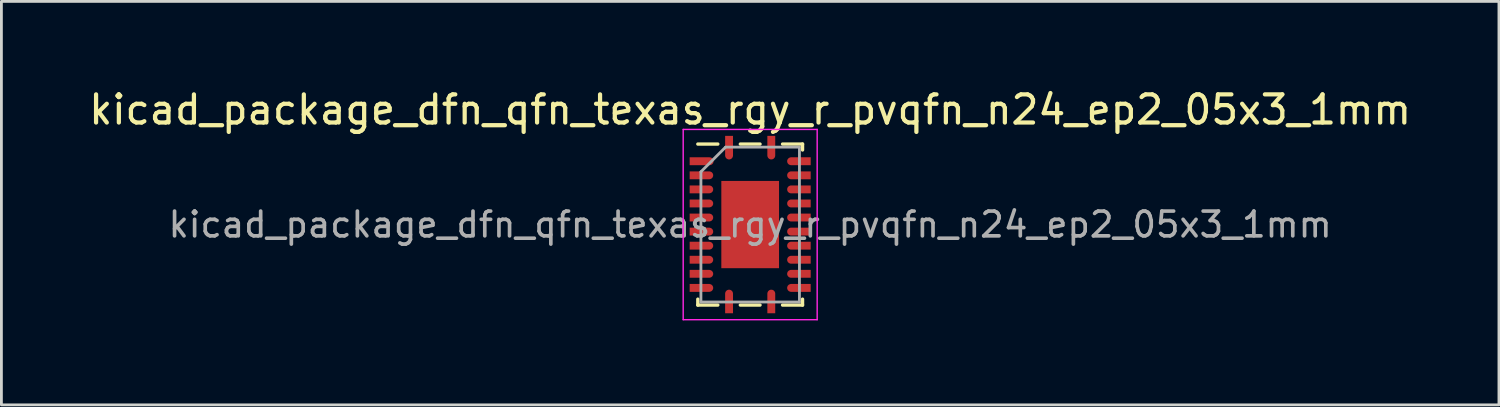
<source format=kicad_pcb>
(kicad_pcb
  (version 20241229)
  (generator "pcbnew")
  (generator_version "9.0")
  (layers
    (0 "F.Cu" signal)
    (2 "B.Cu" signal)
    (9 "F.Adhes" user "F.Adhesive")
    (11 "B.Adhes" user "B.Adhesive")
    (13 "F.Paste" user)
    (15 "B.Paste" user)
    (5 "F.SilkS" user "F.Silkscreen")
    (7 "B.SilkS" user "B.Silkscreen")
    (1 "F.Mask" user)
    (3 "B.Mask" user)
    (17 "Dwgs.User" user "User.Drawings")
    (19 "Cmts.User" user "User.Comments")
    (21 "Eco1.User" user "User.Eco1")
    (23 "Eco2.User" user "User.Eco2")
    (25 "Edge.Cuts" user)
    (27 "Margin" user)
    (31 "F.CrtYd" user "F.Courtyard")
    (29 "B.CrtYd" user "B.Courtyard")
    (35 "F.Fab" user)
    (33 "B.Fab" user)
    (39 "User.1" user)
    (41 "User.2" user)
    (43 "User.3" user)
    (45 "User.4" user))
  (footprint "kicad_package_dfn_qfn_texas_rgy_r_pvqfn_n24_ep2_05x3_1mm"
    (layer "F.Cu")
    (at 23.601 4.928)
    (property "Reference" "kicad_package_dfn_qfn_texas_rgy_r_pvqfn_n24_ep2_05x3_1mm" (at 0 -4.08 0) (layer "F.SilkS") (effects (font (size 1 1) (thickness 0.15))))
    (attr smd)
    (fp_line (start -1.86 2.86) (end -1.86 2.65) (stroke (width 0.12) (type solid)) (layer "F.SilkS"))
    (fp_line (start -1.15 -2.86) (end -1.86 -2.86) (stroke (width 0.12) (type solid)) (layer "F.SilkS"))
    (fp_line (start -1.15 2.86) (end -1.86 2.86) (stroke (width 0.12) (type solid)) (layer "F.SilkS"))
    (fp_line (start 0.35 -2.86) (end -0.35 -2.86) (stroke (width 0.12) (type solid)) (layer "F.SilkS"))
    (fp_line (start 0.35 2.86) (end -0.35 2.86) (stroke (width 0.12) (type solid)) (layer "F.SilkS"))
    (fp_line (start 1.15 -2.86) (end 1.86 -2.86) (stroke (width 0.12) (type solid)) (layer "F.SilkS"))
    (fp_line (start 1.15 2.86) (end 1.86 2.86) (stroke (width 0.12) (type solid)) (layer "F.SilkS"))
    (fp_line (start 1.86 -2.86) (end 1.86 -2.65) (stroke (width 0.12) (type solid)) (layer "F.SilkS"))
    (fp_line (start 1.86 2.86) (end 1.86 2.65) (stroke (width 0.12) (type solid)) (layer "F.SilkS"))
    (fp_line (start -2.38 -3.38) (end -2.38 3.38) (stroke (width 0.05) (type solid)) (layer "F.CrtYd"))
    (fp_line (start -2.38 3.38) (end 2.38 3.38) (stroke (width 0.05) (type solid)) (layer "F.CrtYd"))
    (fp_line (start 2.38 -3.38) (end -2.38 -3.38) (stroke (width 0.05) (type solid)) (layer "F.CrtYd"))
    (fp_line (start 2.38 3.38) (end 2.38 -3.38) (stroke (width 0.05) (type solid)) (layer "F.CrtYd"))
    (fp_line (start -1.75 -1.875) (end -0.875 -2.75) (stroke (width 0.1) (type solid)) (layer "F.Fab"))
    (fp_line (start -1.75 2.75) (end -1.75 -1.875) (stroke (width 0.1) (type solid)) (layer "F.Fab"))
    (fp_line (start -0.875 -2.75) (end 1.75 -2.75) (stroke (width 0.1) (type solid)) (layer "F.Fab"))
    (fp_line (start 1.75 -2.75) (end 1.75 2.75) (stroke (width 0.1) (type solid)) (layer "F.Fab"))
    (fp_line (start 1.75 2.75) (end -1.75 2.75) (stroke (width 0.1) (type solid)) (layer "F.Fab"))
    (fp_text user "${REFERENCE}" (at 0 0 0) (layer "F.Fab") (effects (font (size 0.88 0.88) (thickness 0.13))))
    (pad "" smd rect (at -0.56 -0.81) (size 0.82 1.32) (layers "F.Paste"))
    (pad "" smd rect (at -0.56 0.81) (size 0.82 1.32) (layers "F.Paste"))
    (pad "" smd rect (at 0.56 -0.81) (size 0.82 1.32) (layers "F.Paste"))
    (pad "" smd rect (at 0.56 0.81) (size 0.82 1.32) (layers "F.Paste"))
    (pad "1" smd custom (at -0.75 -2.795) (size 0.28 0.71) (layers "F.Cu" "F.Mask" "F.Paste") (options (anchor rect)) (primitives (gr_circle (center 0 0.343) (end 0.14 0.343) (width 0) (fill yes))))
    (pad "2" smd custom (at -1.795 -2.25) (size 0.71 0.28) (layers "F.Cu" "F.Mask" "F.Paste") (options (anchor rect)) (primitives (gr_circle (center 0.355 0) (end 0.495 0) (width 0) (fill yes))))
    (pad "3" smd custom (at -1.795 -1.75) (size 0.71 0.28) (layers "F.Cu" "F.Mask" "F.Paste") (options (anchor rect)) (primitives (gr_circle (center 0.343 0) (end 0.482 0) (width 0) (fill yes))))
    (pad "4" smd custom (at -1.795 -1.25) (size 0.71 0.28) (layers "F.Cu" "F.Mask" "F.Paste") (options (anchor rect)) (primitives (gr_circle (center 0.343 0) (end 0.482 0) (width 0) (fill yes))))
    (pad "5" smd custom (at -1.795 -0.75) (size 0.71 0.28) (layers "F.Cu" "F.Mask" "F.Paste") (options (anchor rect)) (primitives (gr_circle (center 0.343 0) (end 0.482 0) (width 0) (fill yes))))
    (pad "6" smd custom (at -1.795 -0.25) (size 0.71 0.28) (layers "F.Cu" "F.Mask" "F.Paste") (options (anchor rect)) (primitives (gr_circle (center 0.343 0) (end 0.482 0) (width 0) (fill yes))))
    (pad "7" smd custom (at -1.795 0.25) (size 0.71 0.28) (layers "F.Cu" "F.Mask" "F.Paste") (options (anchor rect)) (primitives (gr_circle (center 0.343 0) (end 0.482 0) (width 0) (fill yes))))
    (pad "8" smd custom (at -1.795 0.75) (size 0.71 0.28) (layers "F.Cu" "F.Mask" "F.Paste") (options (anchor rect)) (primitives (gr_circle (center 0.343 0) (end 0.482 0) (width 0) (fill yes))))
    (pad "9" smd custom (at -1.795 1.25) (size 0.71 0.28) (layers "F.Cu" "F.Mask" "F.Paste") (options (anchor rect)) (primitives (gr_circle (center 0.343 0) (end 0.482 0) (width 0) (fill yes))))
    (pad "10" smd custom (at -1.795 1.75) (size 0.71 0.28) (layers "F.Cu" "F.Mask" "F.Paste") (options (anchor rect)) (primitives (gr_circle (center 0.343 0) (end 0.482 0) (width 0) (fill yes))))
    (pad "11" smd custom (at -1.795 2.25) (size 0.71 0.28) (layers "F.Cu" "F.Mask" "F.Paste") (options (anchor rect)) (primitives (gr_circle (center 0.343 0) (end 0.482 0) (width 0) (fill yes))))
    (pad "12" smd custom (at -0.75 2.795) (size 0.28 0.71) (layers "F.Cu" "F.Mask" "F.Paste") (options (anchor rect)) (primitives (gr_circle (center 0 -0.343) (end 0.14 -0.343) (width 0) (fill yes))))
    (pad "13" smd custom (at 0.75 2.795) (size 0.28 0.71) (layers "F.Cu" "F.Mask" "F.Paste") (options (anchor rect)) (primitives (gr_circle (center 0 -0.343) (end 0.14 -0.343) (width 0) (fill yes))))
    (pad "14" smd custom (at 1.795 2.25) (size 0.71 0.28) (layers "F.Cu" "F.Mask" "F.Paste") (options (anchor rect)) (primitives (gr_circle (center -0.343 0) (end -0.203 0) (width 0) (fill yes))))
    (pad "15" smd custom (at 1.795 1.75) (size 0.71 0.28) (layers "F.Cu" "F.Mask" "F.Paste") (options (anchor rect)) (primitives (gr_circle (center -0.343 0) (end -0.203 0) (width 0) (fill yes))))
    (pad "16" smd custom (at 1.795 1.25) (size 0.71 0.28) (layers "F.Cu" "F.Mask" "F.Paste") (options (anchor rect)) (primitives (gr_circle (center -0.343 0) (end -0.203 0) (width 0) (fill yes))))
    (pad "17" smd custom (at 1.795 0.75) (size 0.71 0.28) (layers "F.Cu" "F.Mask" "F.Paste") (options (anchor rect)) (primitives (gr_circle (center -0.343 0) (end -0.203 0) (width 0) (fill yes))))
    (pad "18" smd custom (at 1.795 0.25) (size 0.71 0.28) (layers "F.Cu" "F.Mask" "F.Paste") (options (anchor rect)) (primitives (gr_circle (center -0.343 0) (end -0.203 0) (width 0) (fill yes))))
    (pad "19" smd custom (at 1.795 -0.25) (size 0.71 0.28) (layers "F.Cu" "F.Mask" "F.Paste") (options (anchor rect)) (primitives (gr_circle (center -0.343 0) (end -0.203 0) (width 0) (fill yes))))
    (pad "20" smd custom (at 1.795 -0.75) (size 0.71 0.28) (layers "F.Cu" "F.Mask" "F.Paste") (options (anchor rect)) (primitives (gr_circle (center -0.343 0) (end -0.203 0) (width 0) (fill yes))))
    (pad "21" smd custom (at 1.795 -1.25) (size 0.71 0.28) (layers "F.Cu" "F.Mask" "F.Paste") (options (anchor rect)) (primitives (gr_circle (center -0.343 0) (end -0.203 0) (width 0) (fill yes))))
    (pad "22" smd custom (at 1.795 -1.75) (size 0.71 0.28) (layers "F.Cu" "F.Mask" "F.Paste") (options (anchor rect)) (primitives (gr_circle (center -0.343 0) (end -0.203 0) (width 0) (fill yes))))
    (pad "23" smd custom (at 1.795 -2.25) (size 0.71 0.28) (layers "F.Cu" "F.Mask" "F.Paste") (options (anchor rect)) (primitives (gr_circle (center -0.343 0) (end -0.203 0) (width 0) (fill yes))))
    (pad "24" smd custom (at 0.75 -2.795) (size 0.28 0.71) (layers "F.Cu" "F.Mask" "F.Paste") (options (anchor rect)) (primitives (gr_circle (center 0 0.343) (end 0.14 0.343) (width 0) (fill yes))))
    (pad "25" smd rect (at 0 0) (size 2.05 3.1) (layers "F.Cu" "F.Mask")))
  (gr_rect
    (start -3 -3)
    (end 50.202 11.333)
    (stroke (width 0.1) (type default))
    (fill no)
    (layer "Edge.Cuts")))
</source>
